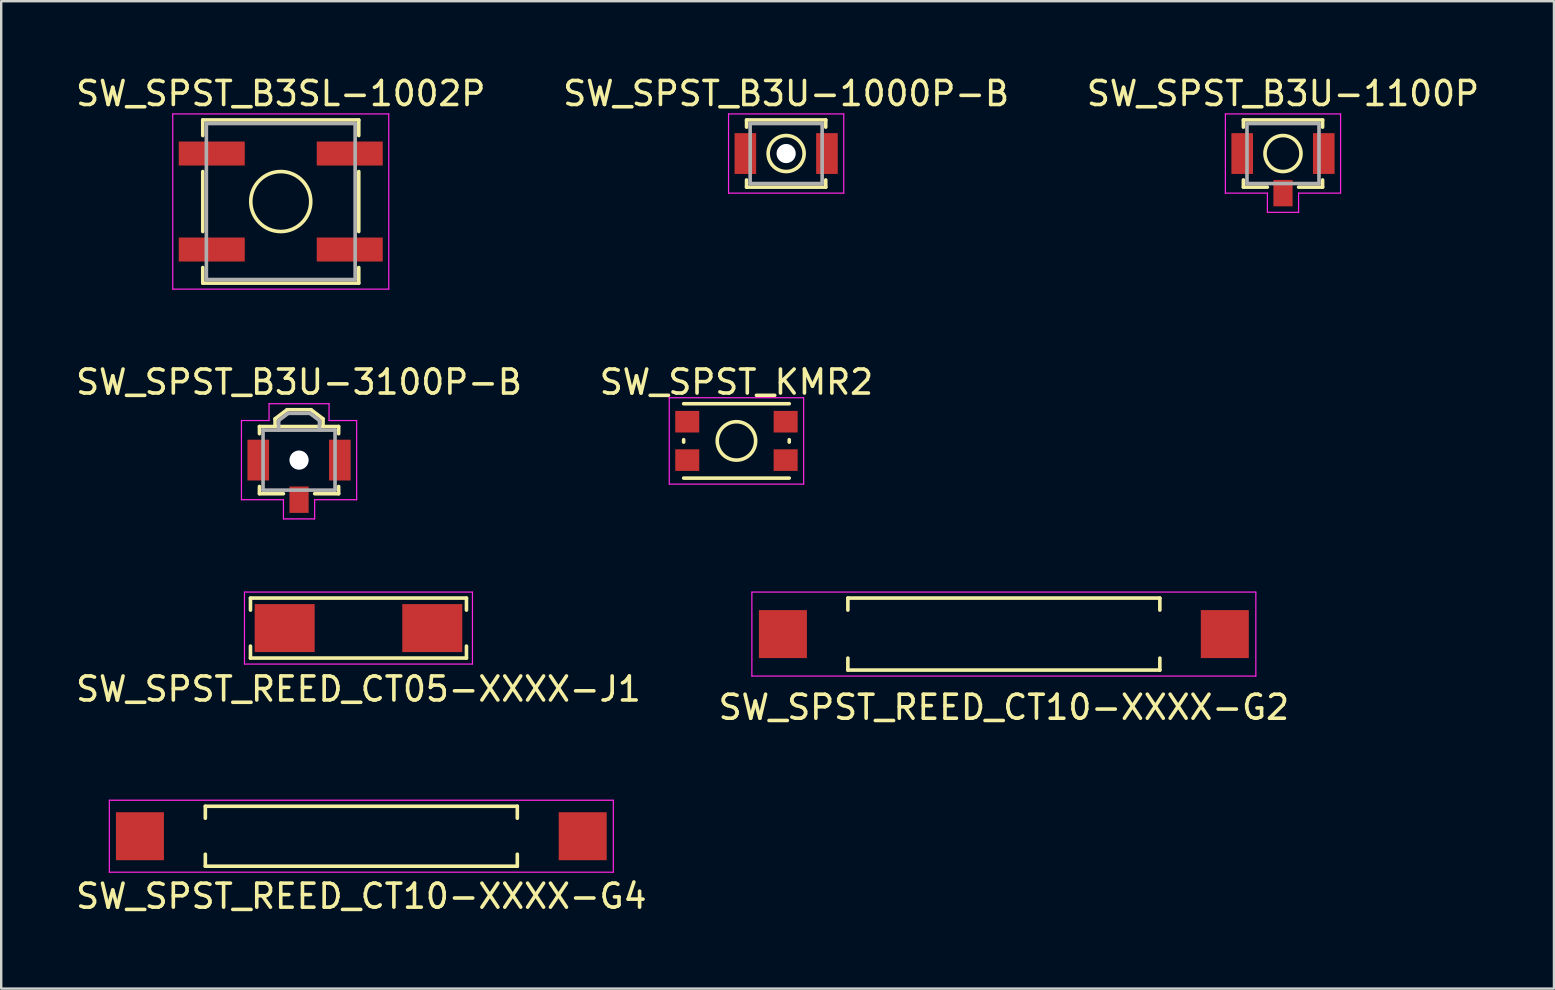
<source format=kicad_pcb>
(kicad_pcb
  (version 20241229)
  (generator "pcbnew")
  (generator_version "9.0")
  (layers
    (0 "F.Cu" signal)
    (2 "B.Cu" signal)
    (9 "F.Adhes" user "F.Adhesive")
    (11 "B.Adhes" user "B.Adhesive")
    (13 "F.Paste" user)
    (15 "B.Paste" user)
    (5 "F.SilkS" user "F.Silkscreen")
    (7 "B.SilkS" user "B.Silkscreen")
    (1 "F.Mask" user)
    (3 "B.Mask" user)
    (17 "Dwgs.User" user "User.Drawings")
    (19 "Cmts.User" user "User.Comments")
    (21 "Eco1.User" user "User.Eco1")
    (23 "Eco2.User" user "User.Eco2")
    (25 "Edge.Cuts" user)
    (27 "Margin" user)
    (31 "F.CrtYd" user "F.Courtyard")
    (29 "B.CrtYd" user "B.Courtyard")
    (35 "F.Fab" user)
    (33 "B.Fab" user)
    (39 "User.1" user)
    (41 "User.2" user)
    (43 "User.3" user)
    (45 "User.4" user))
  (footprint "SW_SPST_REED_CT10-XXXX-G2"
    (layer "F.Cu")
    (at 38.78 23.372)
    (property "Reference" "SW_SPST_REED_CT10-XXXX-G2" (at 0 3.05 0) (layer "F.SilkS") (effects (font (size 1 1) (thickness 0.15))))
    (attr smd)
    (fp_line (start -6.5 -1.5) (end -6.5 -1) (stroke (width 0.15) (type solid)) (layer "F.SilkS"))
    (fp_line (start -6.5 1) (end -6.5 1.5) (stroke (width 0.15) (type solid)) (layer "F.SilkS"))
    (fp_line (start -6.5 1.5) (end 6.5 1.5) (stroke (width 0.15) (type solid)) (layer "F.SilkS"))
    (fp_line (start 6.5 -1.5) (end -6.5 -1.5) (stroke (width 0.15) (type solid)) (layer "F.SilkS"))
    (fp_line (start 6.5 -1) (end 6.5 -1.5) (stroke (width 0.15) (type solid)) (layer "F.SilkS"))
    (fp_line (start 6.5 1.5) (end 6.5 1) (stroke (width 0.15) (type solid)) (layer "F.SilkS"))
    (fp_line (start -10.5 -1.75) (end -10.5 1.75) (stroke (width 0.05) (type solid)) (layer "F.CrtYd"))
    (fp_line (start -10.5 1.75) (end 10.5 1.75) (stroke (width 0.05) (type solid)) (layer "F.CrtYd"))
    (fp_line (start 10.5 -1.75) (end -10.5 -1.75) (stroke (width 0.05) (type solid)) (layer "F.CrtYd"))
    (fp_line (start 10.5 1.75) (end 10.5 -1.75) (stroke (width 0.05) (type solid)) (layer "F.CrtYd"))
    (pad "1" smd rect (at -9.207 0) (size 2 2) (layers "F.Cu" "F.Mask" "F.Paste"))
    (pad "2" smd rect (at 9.207 0) (size 2 2) (layers "F.Cu" "F.Mask" "F.Paste")))
  (footprint "SW_SPST_REED_CT10-XXXX-G4"
    (layer "F.Cu")
    (at 12.006 31.795)
    (property "Reference" "SW_SPST_REED_CT10-XXXX-G4" (at 0 2.5 0) (layer "F.SilkS") (effects (font (size 1 1) (thickness 0.15))))
    (attr smd)
    (fp_line (start -6.5 -1.25) (end -6.5 -0.75) (stroke (width 0.15) (type solid)) (layer "F.SilkS"))
    (fp_line (start -6.5 0.75) (end -6.5 1.25) (stroke (width 0.15) (type solid)) (layer "F.SilkS"))
    (fp_line (start -6.5 1.25) (end 6.5 1.25) (stroke (width 0.15) (type solid)) (layer "F.SilkS"))
    (fp_line (start 6.5 -1.25) (end -6.5 -1.25) (stroke (width 0.15) (type solid)) (layer "F.SilkS"))
    (fp_line (start 6.5 -0.75) (end 6.5 -1.25) (stroke (width 0.15) (type solid)) (layer "F.SilkS"))
    (fp_line (start 6.5 1.25) (end 6.5 0.75) (stroke (width 0.15) (type solid)) (layer "F.SilkS"))
    (fp_line (start -10.5 1.5) (end -10.5 -1.5) (stroke (width 0.05) (type solid)) (layer "F.CrtYd"))
    (fp_line (start -10.5 1.5) (end 10.5 1.5) (stroke (width 0.05) (type solid)) (layer "F.CrtYd"))
    (fp_line (start 10.5 -1.5) (end -10.5 -1.5) (stroke (width 0.05) (type solid)) (layer "F.CrtYd"))
    (fp_line (start 10.5 -1.5) (end 10.5 1.5) (stroke (width 0.05) (type solid)) (layer "F.CrtYd"))
    (pad "1" smd rect (at -9.225 0) (size 2 2) (layers "F.Cu" "F.Mask" "F.Paste"))
    (pad "2" smd rect (at 9.225 0) (size 2 2) (layers "F.Cu" "F.Mask" "F.Paste")))
  (footprint "SW_SPST_B3SL-1002P"
    (layer "F.Cu")
    (at 8.649 5.348)
    (property "Reference" "SW_SPST_B3SL-1002P" (at 0 -4.5 0) (layer "F.SilkS") (effects (font (size 1 1) (thickness 0.15))))
    (attr smd)
    (fp_line (start -3.25 -3.4) (end -3.25 -2.75) (stroke (width 0.15) (type solid)) (layer "F.SilkS"))
    (fp_line (start -3.25 -1.25) (end -3.25 1.25) (stroke (width 0.15) (type solid)) (layer "F.SilkS"))
    (fp_line (start -3.25 3.4) (end -3.25 2.75) (stroke (width 0.15) (type solid)) (layer "F.SilkS"))
    (fp_line (start 3.25 -3.4) (end -3.25 -3.4) (stroke (width 0.15) (type solid)) (layer "F.SilkS"))
    (fp_line (start 3.25 -2.75) (end 3.25 -3.4) (stroke (width 0.15) (type solid)) (layer "F.SilkS"))
    (fp_line (start 3.25 -1.25) (end 3.25 1.25) (stroke (width 0.15) (type solid)) (layer "F.SilkS"))
    (fp_line (start 3.25 2.75) (end 3.25 3.4) (stroke (width 0.15) (type solid)) (layer "F.SilkS"))
    (fp_line (start 3.25 3.4) (end -3.25 3.4) (stroke (width 0.15) (type solid)) (layer "F.SilkS"))
    (fp_circle (center 0 0) (end 1.25 0) (stroke (width 0.15) (type solid)) (fill no) (layer "F.SilkS"))
    (fp_line (start -4.5 -3.65) (end -4.5 3.65) (stroke (width 0.05) (type solid)) (layer "F.CrtYd"))
    (fp_line (start -4.5 3.65) (end 4.5 3.65) (stroke (width 0.05) (type solid)) (layer "F.CrtYd"))
    (fp_line (start 4.5 -3.65) (end -4.5 -3.65) (stroke (width 0.05) (type solid)) (layer "F.CrtYd"))
    (fp_line (start 4.5 3.65) (end 4.5 -3.65) (stroke (width 0.05) (type solid)) (layer "F.CrtYd"))
    (fp_line (start -3.1 -3.25) (end 3.1 -3.25) (stroke (width 0.15) (type solid)) (layer "F.Fab"))
    (fp_line (start -3.1 3.25) (end -3.1 -3.25) (stroke (width 0.15) (type solid)) (layer "F.Fab"))
    (fp_line (start 3.1 -3.25) (end 3.1 3.25) (stroke (width 0.15) (type solid)) (layer "F.Fab"))
    (fp_line (start 3.1 3.25) (end -3.1 3.25) (stroke (width 0.15) (type solid)) (layer "F.Fab"))
    (pad "1" smd rect (at -2.875 -2) (size 2.75 1) (layers "F.Cu" "F.Mask" "F.Paste"))
    (pad "1" smd rect (at 2.875 -2) (size 2.75 1) (layers "F.Cu" "F.Mask" "F.Paste"))
    (pad "2" smd rect (at -2.875 2) (size 2.75 1) (layers "F.Cu" "F.Mask" "F.Paste"))
    (pad "2" smd rect (at 2.875 2) (size 2.75 1) (layers "F.Cu" "F.Mask" "F.Paste")))
  (footprint "SW_SPST_B3U-3100P-B"
    (layer "F.Cu")
    (at 9.411 16.122)
    (property "Reference" "SW_SPST_B3U-3100P-B" (at 0 -3.25 0) (layer "F.SilkS") (effects (font (size 1 1) (thickness 0.15))))
    (attr smd)
    (fp_line (start -1.65 -1.4) (end 1.65 -1.4) (stroke (width 0.15) (type solid)) (layer "F.SilkS"))
    (fp_line (start -1.65 -1.1) (end -1.65 -1.4) (stroke (width 0.15) (type solid)) (layer "F.SilkS"))
    (fp_line (start -1.65 1.1) (end -1.65 1.4) (stroke (width 0.15) (type solid)) (layer "F.SilkS"))
    (fp_line (start -1.65 1.4) (end -0.65 1.4) (stroke (width 0.15) (type solid)) (layer "F.SilkS"))
    (fp_line (start -1 -1.72) (end -1 -1.4) (stroke (width 0.15) (type solid)) (layer "F.SilkS"))
    (fp_line (start -0.5 -2.1) (end -1 -1.72) (stroke (width 0.15) (type solid)) (layer "F.SilkS"))
    (fp_line (start -0.5 -2.1) (end 0.5 -2.1) (stroke (width 0.15) (type solid)) (layer "F.SilkS"))
    (fp_line (start 0.5 -2.1) (end 1 -1.72) (stroke (width 0.15) (type solid)) (layer "F.SilkS"))
    (fp_line (start 1 -1.72) (end 1 -1.4) (stroke (width 0.15) (type solid)) (layer "F.SilkS"))
    (fp_line (start 1.65 -1.4) (end 1.65 -1.1) (stroke (width 0.15) (type solid)) (layer "F.SilkS"))
    (fp_line (start 1.65 1.4) (end 0.65 1.4) (stroke (width 0.15) (type solid)) (layer "F.SilkS"))
    (fp_line (start 1.65 1.4) (end 1.65 1.1) (stroke (width 0.15) (type solid)) (layer "F.SilkS"))
    (fp_line (start -2.4 -1.65) (end -2.4 1.65) (stroke (width 0.05) (type solid)) (layer "F.CrtYd"))
    (fp_line (start -2.4 1.65) (end -0.65 1.65) (stroke (width 0.05) (type solid)) (layer "F.CrtYd"))
    (fp_line (start -1.25 -2.35) (end 1.25 -2.35) (stroke (width 0.05) (type solid)) (layer "F.CrtYd"))
    (fp_line (start -1.25 -1.65) (end -2.4 -1.65) (stroke (width 0.05) (type solid)) (layer "F.CrtYd"))
    (fp_line (start -1.25 -1.65) (end -1.25 -2.35) (stroke (width 0.05) (type solid)) (layer "F.CrtYd"))
    (fp_line (start -0.65 1.65) (end -0.65 2.45) (stroke (width 0.05) (type solid)) (layer "F.CrtYd"))
    (fp_line (start -0.65 2.45) (end 0.65 2.45) (stroke (width 0.05) (type solid)) (layer "F.CrtYd"))
    (fp_line (start 0.65 1.65) (end 2.4 1.65) (stroke (width 0.05) (type solid)) (layer "F.CrtYd"))
    (fp_line (start 0.65 2.45) (end 0.65 1.65) (stroke (width 0.05) (type solid)) (layer "F.CrtYd"))
    (fp_line (start 1.25 -2.35) (end 1.25 -1.65) (stroke (width 0.05) (type solid)) (layer "F.CrtYd"))
    (fp_line (start 1.25 -1.65) (end 2.4 -1.65) (stroke (width 0.05) (type solid)) (layer "F.CrtYd"))
    (fp_line (start 2.4 1.65) (end 2.4 -1.65) (stroke (width 0.05) (type solid)) (layer "F.CrtYd"))
    (fp_line (start -1.5 -1.25) (end 1.5 -1.25) (stroke (width 0.15) (type solid)) (layer "F.Fab"))
    (fp_line (start -1.5 1.25) (end -1.5 -1.25) (stroke (width 0.15) (type solid)) (layer "F.Fab"))
    (fp_line (start -0.85 -1.65) (end -0.45 -1.95) (stroke (width 0.15) (type solid)) (layer "F.Fab"))
    (fp_line (start -0.85 -1.25) (end -0.85 -1.65) (stroke (width 0.15) (type solid)) (layer "F.Fab"))
    (fp_line (start -0.45 -1.95) (end 0.45 -1.95) (stroke (width 0.15) (type solid)) (layer "F.Fab"))
    (fp_line (start 0.45 -1.95) (end 0.85 -1.65) (stroke (width 0.15) (type solid)) (layer "F.Fab"))
    (fp_line (start 0.85 -1.65) (end 0.85 -1.25) (stroke (width 0.15) (type solid)) (layer "F.Fab"))
    (fp_line (start 1.5 -1.25) (end 1.5 1.25) (stroke (width 0.15) (type solid)) (layer "F.Fab"))
    (fp_line (start 1.5 1.25) (end -1.5 1.25) (stroke (width 0.15) (type solid)) (layer "F.Fab"))
    (pad "" np_thru_hole circle (at 0 0) (size 0.8 0.8) (drill 0.8) (layers "*.Cu" "*.Mask"))
    (pad "1" smd rect (at -1.7 0) (size 0.9 1.7) (layers "F.Cu" "F.Mask" "F.Paste"))
    (pad "2" smd rect (at 1.7 0) (size 0.9 1.7) (layers "F.Cu" "F.Mask" "F.Paste"))
    (pad "3" smd rect (at 0 1.65) (size 0.8 1.1) (layers "F.Cu" "F.Mask" "F.Paste")))
  (footprint "SW_SPST_REED_CT05-XXXX-J1"
    (layer "F.Cu")
    (at 11.887 23.122)
    (property "Reference" "SW_SPST_REED_CT05-XXXX-J1" (at 0 2.54 0) (layer "F.SilkS") (effects (font (size 1 1) (thickness 0.15))))
    (attr smd)
    (fp_line (start -4.5 -1.25) (end -4.5 -0.75) (stroke (width 0.15) (type solid)) (layer "F.SilkS"))
    (fp_line (start -4.5 0.75) (end -4.5 1.25) (stroke (width 0.15) (type solid)) (layer "F.SilkS"))
    (fp_line (start -4.5 1.25) (end 4.5 1.25) (stroke (width 0.15) (type solid)) (layer "F.SilkS"))
    (fp_line (start 4.5 -1.25) (end -4.5 -1.25) (stroke (width 0.15) (type solid)) (layer "F.SilkS"))
    (fp_line (start 4.5 -0.75) (end 4.5 -1.25) (stroke (width 0.15) (type solid)) (layer "F.SilkS"))
    (fp_line (start 4.5 1.25) (end 4.5 0.75) (stroke (width 0.15) (type solid)) (layer "F.SilkS"))
    (fp_line (start -4.75 -1.5) (end -4.75 1.5) (stroke (width 0.05) (type solid)) (layer "F.CrtYd"))
    (fp_line (start -4.75 1.5) (end 4.75 1.5) (stroke (width 0.05) (type solid)) (layer "F.CrtYd"))
    (fp_line (start 4.75 -1.5) (end -4.75 -1.5) (stroke (width 0.05) (type solid)) (layer "F.CrtYd"))
    (fp_line (start 4.75 1.5) (end 4.75 -1.5) (stroke (width 0.05) (type solid)) (layer "F.CrtYd"))
    (pad "1" smd rect (at -3.075 0) (size 2.5 2) (layers "F.Cu" "F.Mask" "F.Paste"))
    (pad "2" smd rect (at 3.075 0) (size 2.5 2) (layers "F.Cu" "F.Mask" "F.Paste")))
  (footprint "SW_SPST_B3U-1100P"
    (layer "F.Cu")
    (at 50.411 3.348)
    (property "Reference" "SW_SPST_B3U-1100P" (at 0 -2.5 0) (layer "F.SilkS") (effects (font (size 1 1) (thickness 0.15))))
    (attr smd)
    (fp_line (start -1.65 -1.4) (end 1.65 -1.4) (stroke (width 0.15) (type solid)) (layer "F.SilkS"))
    (fp_line (start -1.65 -1.1) (end -1.65 -1.4) (stroke (width 0.15) (type solid)) (layer "F.SilkS"))
    (fp_line (start -1.65 1.1) (end -1.65 1.4) (stroke (width 0.15) (type solid)) (layer "F.SilkS"))
    (fp_line (start -1.65 1.4) (end -0.65 1.4) (stroke (width 0.15) (type solid)) (layer "F.SilkS"))
    (fp_line (start 1.65 -1.4) (end 1.65 -1.1) (stroke (width 0.15) (type solid)) (layer "F.SilkS"))
    (fp_line (start 1.65 1.4) (end 0.65 1.4) (stroke (width 0.15) (type solid)) (layer "F.SilkS"))
    (fp_line (start 1.65 1.4) (end 1.65 1.1) (stroke (width 0.15) (type solid)) (layer "F.SilkS"))
    (fp_circle (center 0 0) (end 0.75 0) (stroke (width 0.15) (type solid)) (fill no) (layer "F.SilkS"))
    (fp_line (start -2.4 -1.65) (end -2.4 1.65) (stroke (width 0.05) (type solid)) (layer "F.CrtYd"))
    (fp_line (start -2.4 1.65) (end -0.65 1.65) (stroke (width 0.05) (type solid)) (layer "F.CrtYd"))
    (fp_line (start -0.65 1.65) (end -0.65 2.45) (stroke (width 0.05) (type solid)) (layer "F.CrtYd"))
    (fp_line (start -0.65 2.45) (end 0.65 2.45) (stroke (width 0.05) (type solid)) (layer "F.CrtYd"))
    (fp_line (start 0.65 1.65) (end 2.4 1.65) (stroke (width 0.05) (type solid)) (layer "F.CrtYd"))
    (fp_line (start 0.65 2.45) (end 0.65 1.65) (stroke (width 0.05) (type solid)) (layer "F.CrtYd"))
    (fp_line (start 2.4 -1.65) (end -2.4 -1.65) (stroke (width 0.05) (type solid)) (layer "F.CrtYd"))
    (fp_line (start 2.4 1.65) (end 2.4 -1.65) (stroke (width 0.05) (type solid)) (layer "F.CrtYd"))
    (fp_line (start -1.5 -1.25) (end 1.5 -1.25) (stroke (width 0.15) (type solid)) (layer "F.Fab"))
    (fp_line (start -1.5 1.25) (end -1.5 -1.25) (stroke (width 0.15) (type solid)) (layer "F.Fab"))
    (fp_line (start 1.5 -1.25) (end 1.5 1.25) (stroke (width 0.15) (type solid)) (layer "F.Fab"))
    (fp_line (start 1.5 1.25) (end -1.5 1.25) (stroke (width 0.15) (type solid)) (layer "F.Fab"))
    (pad "1" smd rect (at -1.7 0) (size 0.9 1.7) (layers "F.Cu" "F.Mask" "F.Paste"))
    (pad "2" smd rect (at 1.7 0) (size 0.9 1.7) (layers "F.Cu" "F.Mask" "F.Paste"))
    (pad "3" smd rect (at 0 1.65) (size 0.8 1.1) (layers "F.Cu" "F.Mask" "F.Paste")))
  (footprint "SW_SPST_KMR2"
    (layer "F.Cu")
    (at 27.637 15.322)
    (property "Reference" "SW_SPST_KMR2" (at 0 -2.45 0) (layer "F.SilkS") (effects (font (size 1 1) (thickness 0.15))))
    (attr smd)
    (fp_line (start -2.2 0.05) (end -2.2 -0.05) (stroke (width 0.15) (type solid)) (layer "F.SilkS"))
    (fp_line (start -2.2 1.55) (end 2.2 1.55) (stroke (width 0.15) (type solid)) (layer "F.SilkS"))
    (fp_line (start 2.2 -1.55) (end -2.2 -1.55) (stroke (width 0.15) (type solid)) (layer "F.SilkS"))
    (fp_line (start 2.2 0.05) (end 2.2 -0.05) (stroke (width 0.15) (type solid)) (layer "F.SilkS"))
    (fp_circle (center 0 0) (end 0 0.8) (stroke (width 0.15) (type solid)) (fill no) (layer "F.SilkS"))
    (fp_line (start -2.8 -1.8) (end 2.8 -1.8) (stroke (width 0.05) (type solid)) (layer "F.CrtYd"))
    (fp_line (start -2.8 1.8) (end -2.8 -1.8) (stroke (width 0.05) (type solid)) (layer "F.CrtYd"))
    (fp_line (start 2.8 -1.8) (end 2.8 1.8) (stroke (width 0.05) (type solid)) (layer "F.CrtYd"))
    (fp_line (start 2.8 1.8) (end -2.8 1.8) (stroke (width 0.05) (type solid)) (layer "F.CrtYd"))
    (pad "1" smd rect (at -2.05 -0.8 90) (size 0.9 1) (layers "F.Cu" "F.Mask" "F.Paste"))
    (pad "1" smd rect (at 2.05 -0.8 90) (size 0.9 1) (layers "F.Cu" "F.Mask" "F.Paste"))
    (pad "2" smd rect (at -2.05 0.8 90) (size 0.9 1) (layers "F.Cu" "F.Mask" "F.Paste"))
    (pad "2" smd rect (at 2.05 0.8 90) (size 0.9 1) (layers "F.Cu" "F.Mask" "F.Paste")))
  (footprint "SW_SPST_B3U-1000P-B"
    (layer "F.Cu")
    (at 29.708 3.348)
    (property "Reference" "SW_SPST_B3U-1000P-B" (at 0 -2.5 0) (layer "F.SilkS") (effects (font (size 1 1) (thickness 0.15))))
    (attr smd)
    (fp_line (start -1.65 -1.4) (end 1.65 -1.4) (stroke (width 0.15) (type solid)) (layer "F.SilkS"))
    (fp_line (start -1.65 -1.1) (end -1.65 -1.4) (stroke (width 0.15) (type solid)) (layer "F.SilkS"))
    (fp_line (start -1.65 1.1) (end -1.65 1.4) (stroke (width 0.15) (type solid)) (layer "F.SilkS"))
    (fp_line (start -1.65 1.4) (end 1.65 1.4) (stroke (width 0.15) (type solid)) (layer "F.SilkS"))
    (fp_line (start 1.65 -1.4) (end 1.65 -1.1) (stroke (width 0.15) (type solid)) (layer "F.SilkS"))
    (fp_line (start 1.65 1.4) (end 1.65 1.1) (stroke (width 0.15) (type solid)) (layer "F.SilkS"))
    (fp_circle (center 0 0) (end 0.75 0) (stroke (width 0.15) (type solid)) (fill no) (layer "F.SilkS"))
    (fp_line (start -2.4 -1.65) (end -2.4 1.65) (stroke (width 0.05) (type solid)) (layer "F.CrtYd"))
    (fp_line (start -2.4 1.65) (end 2.4 1.65) (stroke (width 0.05) (type solid)) (layer "F.CrtYd"))
    (fp_line (start 2.4 -1.65) (end -2.4 -1.65) (stroke (width 0.05) (type solid)) (layer "F.CrtYd"))
    (fp_line (start 2.4 1.65) (end 2.4 -1.65) (stroke (width 0.05) (type solid)) (layer "F.CrtYd"))
    (fp_line (start -1.5 -1.25) (end 1.5 -1.25) (stroke (width 0.15) (type solid)) (layer "F.Fab"))
    (fp_line (start -1.5 1.25) (end -1.5 -1.25) (stroke (width 0.15) (type solid)) (layer "F.Fab"))
    (fp_line (start 1.5 -1.25) (end 1.5 1.25) (stroke (width 0.15) (type solid)) (layer "F.Fab"))
    (fp_line (start 1.5 1.25) (end -1.5 1.25) (stroke (width 0.15) (type solid)) (layer "F.Fab"))
    (pad "" np_thru_hole circle (at 0 0) (size 0.8 0.8) (drill 0.8) (layers "*.Cu" "*.Mask"))
    (pad "1" smd rect (at -1.7 0) (size 0.9 1.7) (layers "F.Cu" "F.Mask" "F.Paste"))
    (pad "2" smd rect (at 1.7 0) (size 0.9 1.7) (layers "F.Cu" "F.Mask" "F.Paste")))
  (gr_rect
    (start -3 -3)
    (end 61.702 38.143)
    (stroke (width 0.1) (type default))
    (fill no)
    (layer "Edge.Cuts")))
</source>
